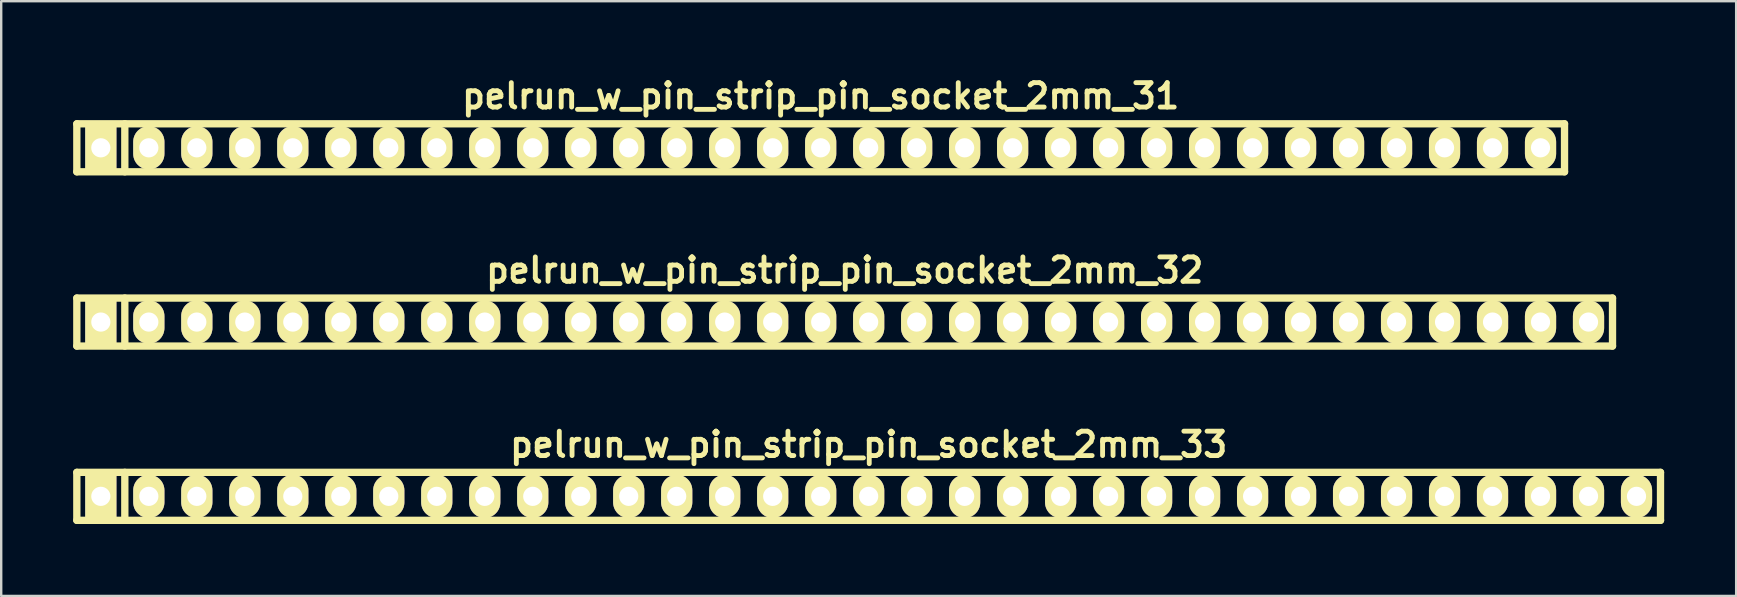
<source format=kicad_pcb>
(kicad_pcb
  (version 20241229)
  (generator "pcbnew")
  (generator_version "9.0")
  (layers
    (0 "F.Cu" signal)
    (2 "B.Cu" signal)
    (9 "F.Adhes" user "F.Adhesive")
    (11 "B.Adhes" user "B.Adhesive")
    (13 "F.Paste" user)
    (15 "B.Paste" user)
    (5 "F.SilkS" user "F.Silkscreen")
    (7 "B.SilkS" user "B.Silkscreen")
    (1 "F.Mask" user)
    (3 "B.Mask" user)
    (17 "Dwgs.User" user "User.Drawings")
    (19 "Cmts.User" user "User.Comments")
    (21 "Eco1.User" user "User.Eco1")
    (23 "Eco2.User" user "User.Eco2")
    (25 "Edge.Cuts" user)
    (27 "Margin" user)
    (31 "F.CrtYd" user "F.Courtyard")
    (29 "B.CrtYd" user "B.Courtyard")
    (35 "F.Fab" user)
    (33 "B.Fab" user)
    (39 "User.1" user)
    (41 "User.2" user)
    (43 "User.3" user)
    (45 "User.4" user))
  (footprint "pelrun_w_pin_strip_pin_socket_2mm_32"
    (layer "F.Cu")
    (at 32.152 10.372)
    (property "Reference" "pelrun_w_pin_strip_pin_socket_2mm_32" (at 0 -2.159 0) (layer "F.SilkS") (effects (font (size 1.016 1.016) (thickness 0.203))))
    (attr through_hole)
    (fp_line (start -32 -1) (end 32 -1) (stroke (width 0.305) (type solid)) (layer "F.SilkS"))
    (fp_line (start -32 1) (end -32 -1) (stroke (width 0.305) (type solid)) (layer "F.SilkS"))
    (fp_line (start -30 -1) (end -30 1) (stroke (width 0.305) (type solid)) (layer "F.SilkS"))
    (fp_line (start 32 -1) (end 32 1) (stroke (width 0.305) (type solid)) (layer "F.SilkS"))
    (fp_line (start 32 1) (end -32 1) (stroke (width 0.305) (type solid)) (layer "F.SilkS"))
    (pad "1" thru_hole rect (at -31 0) (size 1.3 1.8) (drill 0.8) (layers "*.Cu" "*.Mask" "F.SilkS"))
    (pad "2" thru_hole oval (at -29 0) (size 1.3 1.8) (drill 0.8) (layers "*.Cu" "*.Mask" "F.SilkS"))
    (pad "3" thru_hole oval (at -27 0) (size 1.3 1.8) (drill 0.8) (layers "*.Cu" "*.Mask" "F.SilkS"))
    (pad "4" thru_hole oval (at -25 0) (size 1.3 1.8) (drill 0.8) (layers "*.Cu" "*.Mask" "F.SilkS"))
    (pad "5" thru_hole oval (at -23 0) (size 1.3 1.8) (drill 0.8) (layers "*.Cu" "*.Mask" "F.SilkS"))
    (pad "6" thru_hole oval (at -21 0) (size 1.3 1.8) (drill 0.8) (layers "*.Cu" "*.Mask" "F.SilkS"))
    (pad "7" thru_hole oval (at -19 0) (size 1.3 1.8) (drill 0.8) (layers "*.Cu" "*.Mask" "F.SilkS"))
    (pad "8" thru_hole oval (at -17 0) (size 1.3 1.8) (drill 0.8) (layers "*.Cu" "*.Mask" "F.SilkS"))
    (pad "9" thru_hole oval (at -15 0) (size 1.3 1.8) (drill 0.8) (layers "*.Cu" "*.Mask" "F.SilkS"))
    (pad "10" thru_hole oval (at -13 0) (size 1.3 1.8) (drill 0.8) (layers "*.Cu" "*.Mask" "F.SilkS"))
    (pad "11" thru_hole oval (at -11 0) (size 1.3 1.8) (drill 0.8) (layers "*.Cu" "*.Mask" "F.SilkS"))
    (pad "12" thru_hole oval (at -9 0) (size 1.3 1.8) (drill 0.8) (layers "*.Cu" "*.Mask" "F.SilkS"))
    (pad "13" thru_hole oval (at -7 0) (size 1.3 1.8) (drill 0.8) (layers "*.Cu" "*.Mask" "F.SilkS"))
    (pad "14" thru_hole oval (at -5 0) (size 1.3 1.8) (drill 0.8) (layers "*.Cu" "*.Mask" "F.SilkS"))
    (pad "15" thru_hole oval (at -3 0) (size 1.3 1.8) (drill 0.8) (layers "*.Cu" "*.Mask" "F.SilkS"))
    (pad "16" thru_hole oval (at -1 0) (size 1.3 1.8) (drill 0.8) (layers "*.Cu" "*.Mask" "F.SilkS"))
    (pad "17" thru_hole oval (at 1 0) (size 1.3 1.8) (drill 0.8) (layers "*.Cu" "*.Mask" "F.SilkS"))
    (pad "18" thru_hole oval (at 3 0) (size 1.3 1.8) (drill 0.8) (layers "*.Cu" "*.Mask" "F.SilkS"))
    (pad "19" thru_hole oval (at 5 0) (size 1.3 1.8) (drill 0.8) (layers "*.Cu" "*.Mask" "F.SilkS"))
    (pad "20" thru_hole oval (at 7 0) (size 1.3 1.8) (drill 0.8) (layers "*.Cu" "*.Mask" "F.SilkS"))
    (pad "21" thru_hole oval (at 9 0) (size 1.3 1.8) (drill 0.8) (layers "*.Cu" "*.Mask" "F.SilkS"))
    (pad "22" thru_hole oval (at 11 0) (size 1.3 1.8) (drill 0.8) (layers "*.Cu" "*.Mask" "F.SilkS"))
    (pad "23" thru_hole oval (at 13 0) (size 1.3 1.8) (drill 0.8) (layers "*.Cu" "*.Mask" "F.SilkS"))
    (pad "24" thru_hole oval (at 15 0) (size 1.3 1.8) (drill 0.8) (layers "*.Cu" "*.Mask" "F.SilkS"))
    (pad "25" thru_hole oval (at 17 0) (size 1.3 1.8) (drill 0.8) (layers "*.Cu" "*.Mask" "F.SilkS"))
    (pad "26" thru_hole oval (at 19 0) (size 1.3 1.8) (drill 0.8) (layers "*.Cu" "*.Mask" "F.SilkS"))
    (pad "27" thru_hole oval (at 21 0) (size 1.3 1.8) (drill 0.8) (layers "*.Cu" "*.Mask" "F.SilkS"))
    (pad "28" thru_hole oval (at 23 0) (size 1.3 1.8) (drill 0.8) (layers "*.Cu" "*.Mask" "F.SilkS"))
    (pad "29" thru_hole oval (at 25 0) (size 1.3 1.8) (drill 0.8) (layers "*.Cu" "*.Mask" "F.SilkS"))
    (pad "30" thru_hole oval (at 27 0) (size 1.3 1.8) (drill 0.8) (layers "*.Cu" "*.Mask" "F.SilkS"))
    (pad "31" thru_hole oval (at 29 0) (size 1.3 1.8) (drill 0.8) (layers "*.Cu" "*.Mask" "F.SilkS"))
    (pad "32" thru_hole oval (at 31 0) (size 1.3 1.8) (drill 0.8) (layers "*.Cu" "*.Mask" "F.SilkS")))
  (footprint "pelrun_w_pin_strip_pin_socket_2mm_31"
    (layer "F.Cu")
    (at 31.152 3.11)
    (property "Reference" "pelrun_w_pin_strip_pin_socket_2mm_31" (at 0 -2.159 0) (layer "F.SilkS") (effects (font (size 1.016 1.016) (thickness 0.203))))
    (attr through_hole)
    (fp_line (start -31 -1) (end 31 -1) (stroke (width 0.305) (type solid)) (layer "F.SilkS"))
    (fp_line (start -31 1) (end -31 -1) (stroke (width 0.305) (type solid)) (layer "F.SilkS"))
    (fp_line (start -29 -1) (end -29 1) (stroke (width 0.305) (type solid)) (layer "F.SilkS"))
    (fp_line (start 31 -1) (end 31 1) (stroke (width 0.305) (type solid)) (layer "F.SilkS"))
    (fp_line (start 31 1) (end -31 1) (stroke (width 0.305) (type solid)) (layer "F.SilkS"))
    (pad "1" thru_hole rect (at -30 0) (size 1.3 1.8) (drill 0.8) (layers "*.Cu" "*.Mask" "F.SilkS"))
    (pad "2" thru_hole oval (at -28 0) (size 1.3 1.8) (drill 0.8) (layers "*.Cu" "*.Mask" "F.SilkS"))
    (pad "3" thru_hole oval (at -26 0) (size 1.3 1.8) (drill 0.8) (layers "*.Cu" "*.Mask" "F.SilkS"))
    (pad "4" thru_hole oval (at -24 0) (size 1.3 1.8) (drill 0.8) (layers "*.Cu" "*.Mask" "F.SilkS"))
    (pad "5" thru_hole oval (at -22 0) (size 1.3 1.8) (drill 0.8) (layers "*.Cu" "*.Mask" "F.SilkS"))
    (pad "6" thru_hole oval (at -20 0) (size 1.3 1.8) (drill 0.8) (layers "*.Cu" "*.Mask" "F.SilkS"))
    (pad "7" thru_hole oval (at -18 0) (size 1.3 1.8) (drill 0.8) (layers "*.Cu" "*.Mask" "F.SilkS"))
    (pad "8" thru_hole oval (at -16 0) (size 1.3 1.8) (drill 0.8) (layers "*.Cu" "*.Mask" "F.SilkS"))
    (pad "9" thru_hole oval (at -14 0) (size 1.3 1.8) (drill 0.8) (layers "*.Cu" "*.Mask" "F.SilkS"))
    (pad "10" thru_hole oval (at -12 0) (size 1.3 1.8) (drill 0.8) (layers "*.Cu" "*.Mask" "F.SilkS"))
    (pad "11" thru_hole oval (at -10 0) (size 1.3 1.8) (drill 0.8) (layers "*.Cu" "*.Mask" "F.SilkS"))
    (pad "12" thru_hole oval (at -8 0) (size 1.3 1.8) (drill 0.8) (layers "*.Cu" "*.Mask" "F.SilkS"))
    (pad "13" thru_hole oval (at -6 0) (size 1.3 1.8) (drill 0.8) (layers "*.Cu" "*.Mask" "F.SilkS"))
    (pad "14" thru_hole oval (at -4 0) (size 1.3 1.8) (drill 0.8) (layers "*.Cu" "*.Mask" "F.SilkS"))
    (pad "15" thru_hole oval (at -2 0) (size 1.3 1.8) (drill 0.8) (layers "*.Cu" "*.Mask" "F.SilkS"))
    (pad "16" thru_hole oval (at 0 0) (size 1.3 1.8) (drill 0.8) (layers "*.Cu" "*.Mask" "F.SilkS"))
    (pad "17" thru_hole oval (at 2 0) (size 1.3 1.8) (drill 0.8) (layers "*.Cu" "*.Mask" "F.SilkS"))
    (pad "18" thru_hole oval (at 4 0) (size 1.3 1.8) (drill 0.8) (layers "*.Cu" "*.Mask" "F.SilkS"))
    (pad "19" thru_hole oval (at 6 0) (size 1.3 1.8) (drill 0.8) (layers "*.Cu" "*.Mask" "F.SilkS"))
    (pad "20" thru_hole oval (at 8 0) (size 1.3 1.8) (drill 0.8) (layers "*.Cu" "*.Mask" "F.SilkS"))
    (pad "21" thru_hole oval (at 10 0) (size 1.3 1.8) (drill 0.8) (layers "*.Cu" "*.Mask" "F.SilkS"))
    (pad "22" thru_hole oval (at 12 0) (size 1.3 1.8) (drill 0.8) (layers "*.Cu" "*.Mask" "F.SilkS"))
    (pad "23" thru_hole oval (at 14 0) (size 1.3 1.8) (drill 0.8) (layers "*.Cu" "*.Mask" "F.SilkS"))
    (pad "24" thru_hole oval (at 16 0) (size 1.3 1.8) (drill 0.8) (layers "*.Cu" "*.Mask" "F.SilkS"))
    (pad "25" thru_hole oval (at 18 0) (size 1.3 1.8) (drill 0.8) (layers "*.Cu" "*.Mask" "F.SilkS"))
    (pad "26" thru_hole oval (at 20 0) (size 1.3 1.8) (drill 0.8) (layers "*.Cu" "*.Mask" "F.SilkS"))
    (pad "27" thru_hole oval (at 22 0) (size 1.3 1.8) (drill 0.8) (layers "*.Cu" "*.Mask" "F.SilkS"))
    (pad "28" thru_hole oval (at 24 0) (size 1.3 1.8) (drill 0.8) (layers "*.Cu" "*.Mask" "F.SilkS"))
    (pad "29" thru_hole oval (at 26 0) (size 1.3 1.8) (drill 0.8) (layers "*.Cu" "*.Mask" "F.SilkS"))
    (pad "30" thru_hole oval (at 28 0) (size 1.3 1.8) (drill 0.8) (layers "*.Cu" "*.Mask" "F.SilkS"))
    (pad "31" thru_hole oval (at 30 0) (size 1.3 1.8) (drill 0.8) (layers "*.Cu" "*.Mask" "F.SilkS")))
  (footprint "pelrun_w_pin_strip_pin_socket_2mm_33"
    (layer "F.Cu")
    (at 33.152 17.635)
    (property "Reference" "pelrun_w_pin_strip_pin_socket_2mm_33" (at 0 -2.159 0) (layer "F.SilkS") (effects (font (size 1.016 1.016) (thickness 0.203))))
    (attr through_hole)
    (fp_line (start -33 -1) (end 33 -1) (stroke (width 0.305) (type solid)) (layer "F.SilkS"))
    (fp_line (start -33 1) (end -33 -1) (stroke (width 0.305) (type solid)) (layer "F.SilkS"))
    (fp_line (start -31 -1) (end -31 1) (stroke (width 0.305) (type solid)) (layer "F.SilkS"))
    (fp_line (start 33 -1) (end 33 1) (stroke (width 0.305) (type solid)) (layer "F.SilkS"))
    (fp_line (start 33 1) (end -33 1) (stroke (width 0.305) (type solid)) (layer "F.SilkS"))
    (pad "1" thru_hole rect (at -32 0) (size 1.3 1.8) (drill 0.8) (layers "*.Cu" "*.Mask" "F.SilkS"))
    (pad "2" thru_hole oval (at -30 0) (size 1.3 1.8) (drill 0.8) (layers "*.Cu" "*.Mask" "F.SilkS"))
    (pad "3" thru_hole oval (at -28 0) (size 1.3 1.8) (drill 0.8) (layers "*.Cu" "*.Mask" "F.SilkS"))
    (pad "4" thru_hole oval (at -26 0) (size 1.3 1.8) (drill 0.8) (layers "*.Cu" "*.Mask" "F.SilkS"))
    (pad "5" thru_hole oval (at -24 0) (size 1.3 1.8) (drill 0.8) (layers "*.Cu" "*.Mask" "F.SilkS"))
    (pad "6" thru_hole oval (at -22 0) (size 1.3 1.8) (drill 0.8) (layers "*.Cu" "*.Mask" "F.SilkS"))
    (pad "7" thru_hole oval (at -20 0) (size 1.3 1.8) (drill 0.8) (layers "*.Cu" "*.Mask" "F.SilkS"))
    (pad "8" thru_hole oval (at -18 0) (size 1.3 1.8) (drill 0.8) (layers "*.Cu" "*.Mask" "F.SilkS"))
    (pad "9" thru_hole oval (at -16 0) (size 1.3 1.8) (drill 0.8) (layers "*.Cu" "*.Mask" "F.SilkS"))
    (pad "10" thru_hole oval (at -14 0) (size 1.3 1.8) (drill 0.8) (layers "*.Cu" "*.Mask" "F.SilkS"))
    (pad "11" thru_hole oval (at -12 0) (size 1.3 1.8) (drill 0.8) (layers "*.Cu" "*.Mask" "F.SilkS"))
    (pad "12" thru_hole oval (at -10 0) (size 1.3 1.8) (drill 0.8) (layers "*.Cu" "*.Mask" "F.SilkS"))
    (pad "13" thru_hole oval (at -8 0) (size 1.3 1.8) (drill 0.8) (layers "*.Cu" "*.Mask" "F.SilkS"))
    (pad "14" thru_hole oval (at -6 0) (size 1.3 1.8) (drill 0.8) (layers "*.Cu" "*.Mask" "F.SilkS"))
    (pad "15" thru_hole oval (at -4 0) (size 1.3 1.8) (drill 0.8) (layers "*.Cu" "*.Mask" "F.SilkS"))
    (pad "16" thru_hole oval (at -2 0) (size 1.3 1.8) (drill 0.8) (layers "*.Cu" "*.Mask" "F.SilkS"))
    (pad "17" thru_hole oval (at 0 0) (size 1.3 1.8) (drill 0.8) (layers "*.Cu" "*.Mask" "F.SilkS"))
    (pad "18" thru_hole oval (at 2 0) (size 1.3 1.8) (drill 0.8) (layers "*.Cu" "*.Mask" "F.SilkS"))
    (pad "19" thru_hole oval (at 4 0) (size 1.3 1.8) (drill 0.8) (layers "*.Cu" "*.Mask" "F.SilkS"))
    (pad "20" thru_hole oval (at 6 0) (size 1.3 1.8) (drill 0.8) (layers "*.Cu" "*.Mask" "F.SilkS"))
    (pad "21" thru_hole oval (at 8 0) (size 1.3 1.8) (drill 0.8) (layers "*.Cu" "*.Mask" "F.SilkS"))
    (pad "22" thru_hole oval (at 10 0) (size 1.3 1.8) (drill 0.8) (layers "*.Cu" "*.Mask" "F.SilkS"))
    (pad "23" thru_hole oval (at 12 0) (size 1.3 1.8) (drill 0.8) (layers "*.Cu" "*.Mask" "F.SilkS"))
    (pad "24" thru_hole oval (at 14 0) (size 1.3 1.8) (drill 0.8) (layers "*.Cu" "*.Mask" "F.SilkS"))
    (pad "25" thru_hole oval (at 16 0) (size 1.3 1.8) (drill 0.8) (layers "*.Cu" "*.Mask" "F.SilkS"))
    (pad "26" thru_hole oval (at 18 0) (size 1.3 1.8) (drill 0.8) (layers "*.Cu" "*.Mask" "F.SilkS"))
    (pad "27" thru_hole oval (at 20 0) (size 1.3 1.8) (drill 0.8) (layers "*.Cu" "*.Mask" "F.SilkS"))
    (pad "28" thru_hole oval (at 22 0) (size 1.3 1.8) (drill 0.8) (layers "*.Cu" "*.Mask" "F.SilkS"))
    (pad "29" thru_hole oval (at 24 0) (size 1.3 1.8) (drill 0.8) (layers "*.Cu" "*.Mask" "F.SilkS"))
    (pad "30" thru_hole oval (at 26 0) (size 1.3 1.8) (drill 0.8) (layers "*.Cu" "*.Mask" "F.SilkS"))
    (pad "31" thru_hole oval (at 28 0) (size 1.3 1.8) (drill 0.8) (layers "*.Cu" "*.Mask" "F.SilkS"))
    (pad "32" thru_hole oval (at 30 0) (size 1.3 1.8) (drill 0.8) (layers "*.Cu" "*.Mask" "F.SilkS"))
    (pad "33" thru_hole oval (at 32 0) (size 1.3 1.8) (drill 0.8) (layers "*.Cu" "*.Mask" "F.SilkS")))
  (gr_rect
    (start -3 -3)
    (end 69.305 21.787)
    (stroke (width 0.1) (type default))
    (fill no)
    (layer "Edge.Cuts")))
</source>
